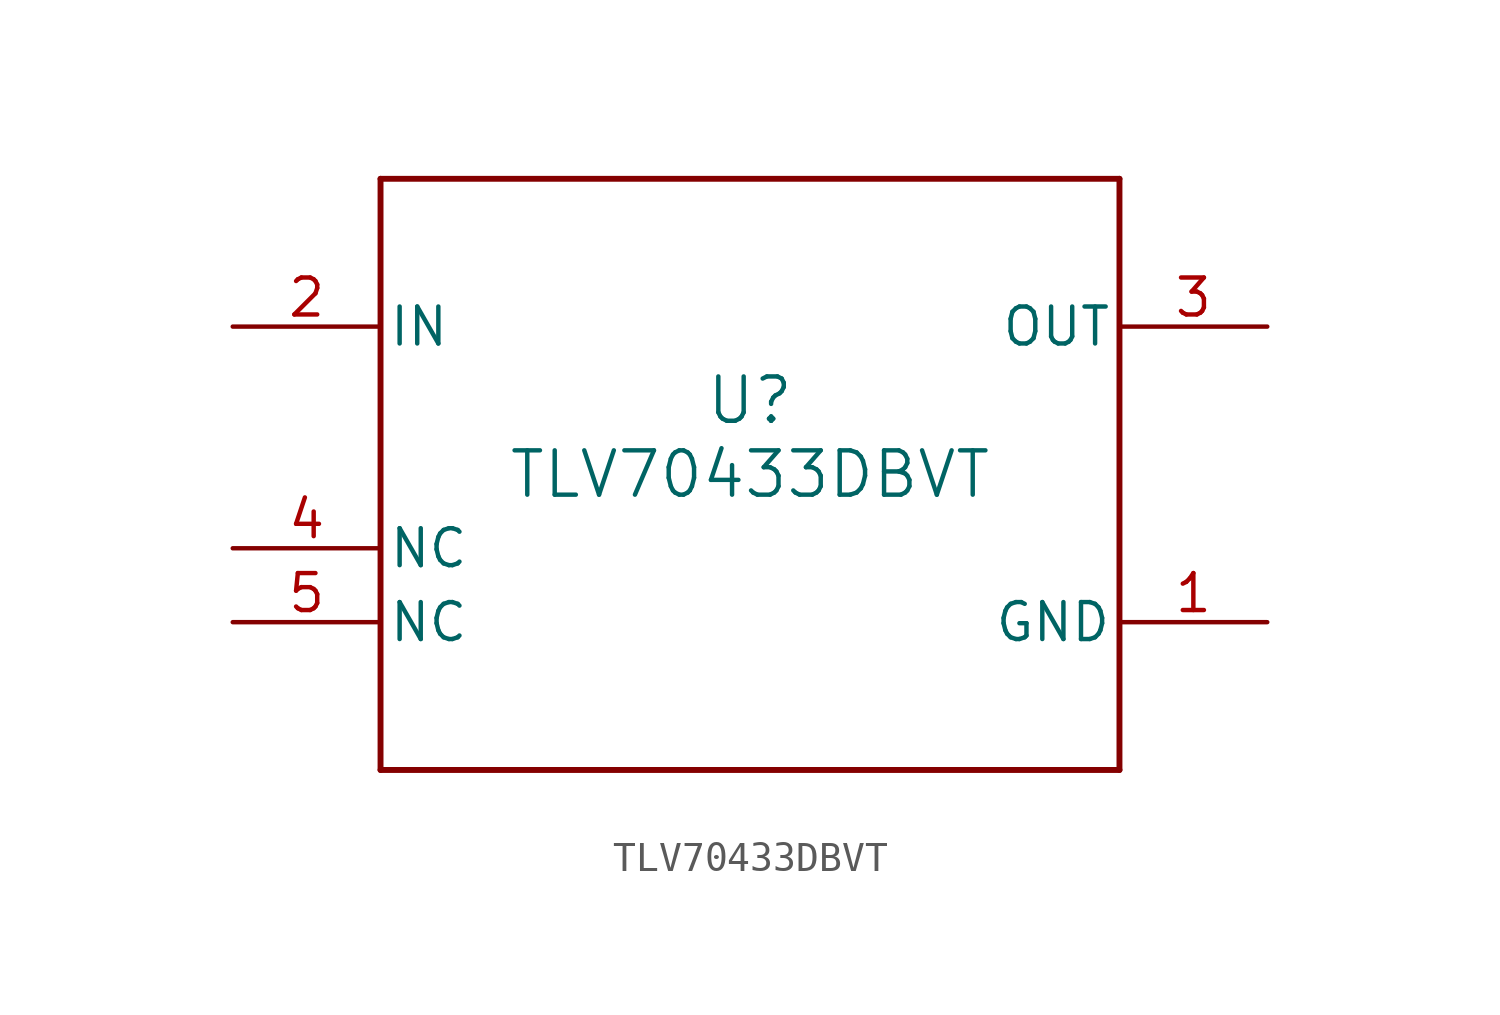
<source format=kicad_sym>
(kicad_symbol_lib
  (version 20211014)
  (generator kicad_symbol_editor)
  (symbol "TLV70433DBVT"
    (pin_names
      (offset 0.254))
    (property "Reference" "U"
      (at 0 2.54 0)
      (effects (font (size 1.524 1.524))))
    (property "Value" "TLV70433DBVT"
      (at 0 0 0)
      (effects (font (size 1.524 1.524))))
    (symbol "TLV70433DBVT_0_1"
      (polyline (pts (xy -12.7 -10.16) (xy 12.7 -10.16)) (stroke (width 0.203) (type default) (color 0 0 0 0)) (fill (type none)))
      (polyline (pts (xy 12.7 -10.16) (xy 12.7 10.16)) (stroke (width 0.203) (type default) (color 0 0 0 0)) (fill (type none)))
      (polyline (pts (xy 12.7 10.16) (xy -12.7 10.16)) (stroke (width 0.203) (type default) (color 0 0 0 0)) (fill (type none)))
      (polyline (pts (xy -12.7 10.16) (xy -12.7 -10.16)) (stroke (width 0.203) (type default) (color 0 0 0 0)) (fill (type none)))
      (pin power_in line (at 17.78 -5.08 180) (length 5.08) (name "GND" (effects (font (size 1.27 1.27)))) (number "1" (effects (font (size 1.27 1.27)))))
      (pin power_in line (at -17.78 5.08 0) (length 5.08) (name "IN" (effects (font (size 1.27 1.27)))) (number "2" (effects (font (size 1.27 1.27)))))
      (pin power_in line (at 17.78 5.08 180) (length 5.08) (name "OUT" (effects (font (size 1.27 1.27)))) (number "3" (effects (font (size 1.27 1.27)))))
      (pin unspecified line (at -17.78 -2.54 0) (length 5.08) (name "NC" (effects (font (size 1.27 1.27)))) (number "4" (effects (font (size 1.27 1.27)))))
      (pin unspecified line (at -17.78 -5.08 0) (length 5.08) (name "NC" (effects (font (size 1.27 1.27)))) (number "5" (effects (font (size 1.27 1.27))))))))
</source>
